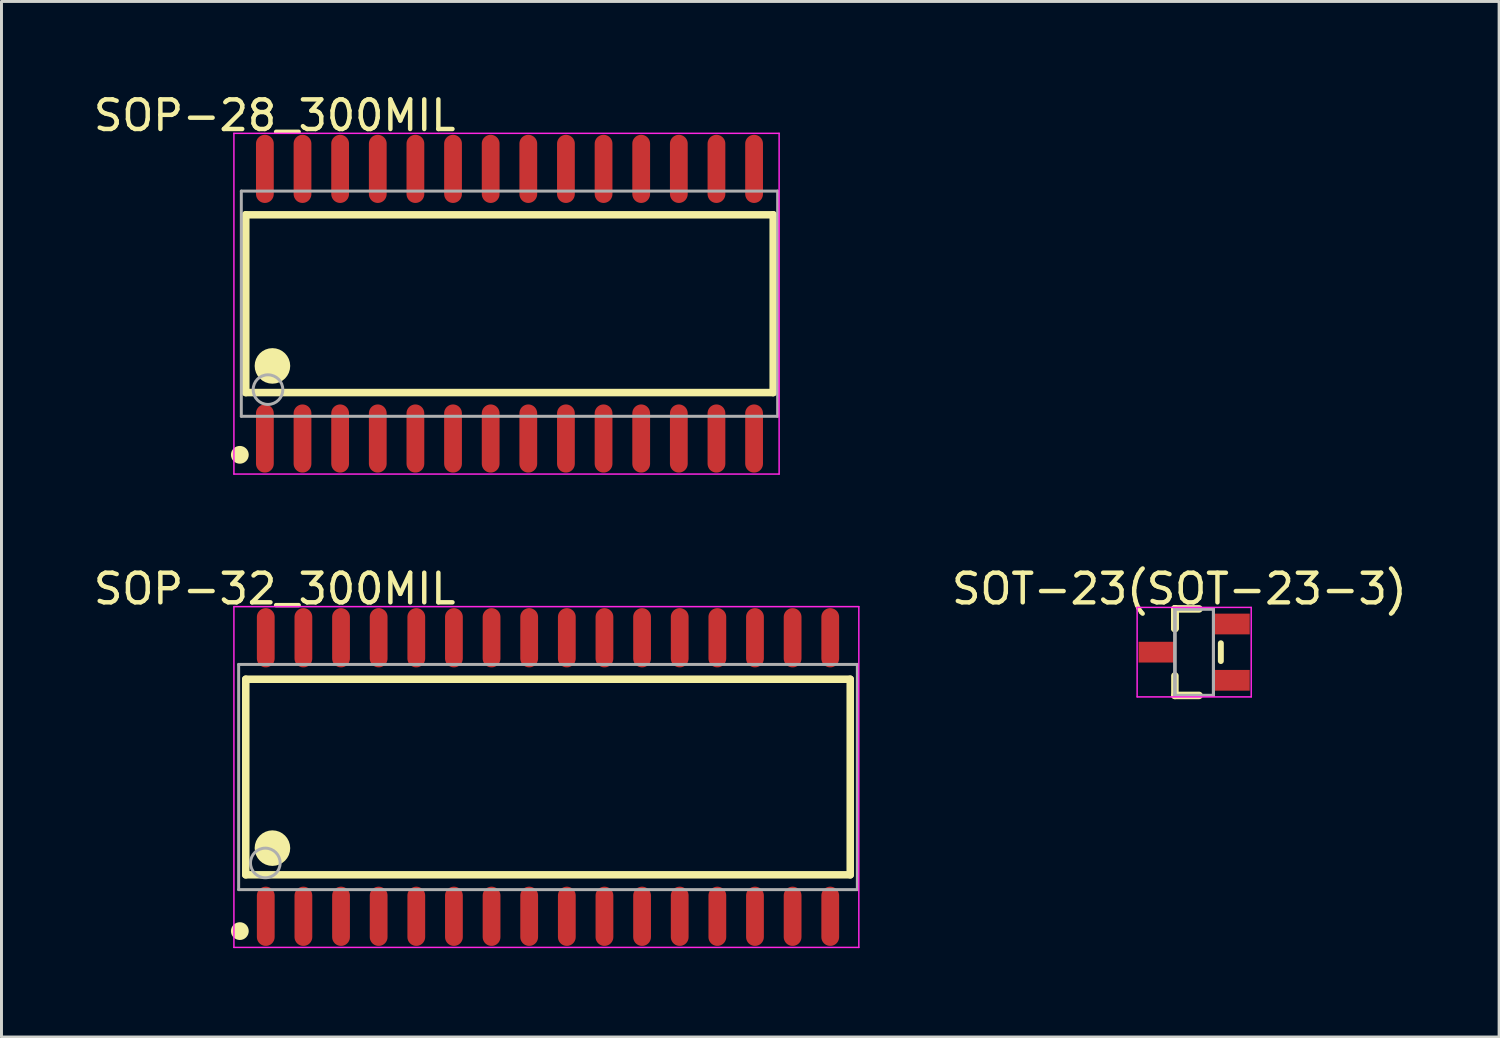
<source format=kicad_pcb>
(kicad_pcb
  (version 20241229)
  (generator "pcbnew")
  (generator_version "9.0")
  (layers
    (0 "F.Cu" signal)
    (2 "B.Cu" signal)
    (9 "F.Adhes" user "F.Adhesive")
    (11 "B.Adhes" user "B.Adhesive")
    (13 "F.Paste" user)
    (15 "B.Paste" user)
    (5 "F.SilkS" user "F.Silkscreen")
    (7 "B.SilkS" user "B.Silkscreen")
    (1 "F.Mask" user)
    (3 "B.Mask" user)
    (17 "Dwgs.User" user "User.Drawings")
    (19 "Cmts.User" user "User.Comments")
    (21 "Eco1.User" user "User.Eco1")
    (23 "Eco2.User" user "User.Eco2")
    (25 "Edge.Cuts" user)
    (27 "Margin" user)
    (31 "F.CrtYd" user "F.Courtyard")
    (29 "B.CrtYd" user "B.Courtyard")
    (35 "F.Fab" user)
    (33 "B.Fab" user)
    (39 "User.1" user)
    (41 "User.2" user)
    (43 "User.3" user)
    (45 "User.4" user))
  (footprint "SOP-32_300MIL"
    (layer "F.Cu")
    (at 15.444 23.173)
    (property "Reference" "SOP-32_300MIL" (at -9.224 -6.351 0) (layer "F.SilkS") (effects (font (size 1 1) (thickness 0.15))))
    (attr through_hole)
    (fp_line (start -10.2 -3.3) (end 10.2 -3.3) (stroke (width 0.254) (type solid)) (layer "F.SilkS"))
    (fp_line (start -10.2 3.3) (end -10.2 -3.3) (stroke (width 0.254) (type solid)) (layer "F.SilkS"))
    (fp_line (start -10.2 3.3) (end 10.2 3.3) (stroke (width 0.254) (type solid)) (layer "F.SilkS"))
    (fp_line (start 10.2 3.3) (end 10.2 -3.3) (stroke (width 0.254) (type solid)) (layer "F.SilkS"))
    (fp_circle (center -10.4 5.2) (end -10.25 5.2) (stroke (width 0.3) (type solid)) (fill no) (layer "F.SilkS"))
    (fp_circle (center -9.3 2.4) (end -9 2.4) (stroke (width 0.6) (type solid)) (fill no) (layer "F.SilkS"))
    (fp_line (start -10.6 -5.75) (end 10.49 -5.75) (stroke (width 0.05) (type solid)) (layer "F.CrtYd"))
    (fp_line (start -10.6 5.75) (end -10.6 -5.75) (stroke (width 0.05) (type solid)) (layer "F.CrtYd"))
    (fp_line (start 10.49 -5.75) (end 10.49 5.75) (stroke (width 0.05) (type solid)) (layer "F.CrtYd"))
    (fp_line (start 10.49 5.75) (end -10.6 5.75) (stroke (width 0.05) (type solid)) (layer "F.CrtYd"))
    (fp_line (start -10.44 -3.8) (end 10.44 -3.8) (stroke (width 0.1) (type solid)) (layer "F.Fab"))
    (fp_line (start -10.44 3.8) (end -10.44 -3.8) (stroke (width 0.1) (type solid)) (layer "F.Fab"))
    (fp_line (start -10.44 3.8) (end 10.44 3.8) (stroke (width 0.1) (type solid)) (layer "F.Fab"))
    (fp_line (start 10.44 3.8) (end 10.44 -3.8) (stroke (width 0.1) (type solid)) (layer "F.Fab"))
    (fp_circle (center -9.54 2.9) (end -9.04 2.9) (stroke (width 0.1) (type solid)) (fill no) (layer "F.Fab"))
    (pad "1" smd oval (at -9.525 4.7 180) (size 0.6 2) (layers "F.Cu" "F.Mask" "F.Paste"))
    (pad "2" smd oval (at -8.255 4.7 180) (size 0.6 2) (layers "F.Cu" "F.Mask" "F.Paste"))
    (pad "3" smd oval (at -6.985 4.7 180) (size 0.6 2) (layers "F.Cu" "F.Mask" "F.Paste"))
    (pad "4" smd oval (at -5.715 4.7 180) (size 0.6 2) (layers "F.Cu" "F.Mask" "F.Paste"))
    (pad "5" smd oval (at -4.445 4.7 180) (size 0.6 2) (layers "F.Cu" "F.Mask" "F.Paste"))
    (pad "6" smd oval (at -3.175 4.7 180) (size 0.6 2) (layers "F.Cu" "F.Mask" "F.Paste"))
    (pad "7" smd oval (at -1.905 4.7 180) (size 0.6 2) (layers "F.Cu" "F.Mask" "F.Paste"))
    (pad "8" smd oval (at -0.635 4.7 180) (size 0.6 2) (layers "F.Cu" "F.Mask" "F.Paste"))
    (pad "9" smd oval (at 0.635 4.7 180) (size 0.6 2) (layers "F.Cu" "F.Mask" "F.Paste"))
    (pad "10" smd oval (at 1.905 4.7 180) (size 0.6 2) (layers "F.Cu" "F.Mask" "F.Paste"))
    (pad "11" smd oval (at 3.175 4.7 180) (size 0.6 2) (layers "F.Cu" "F.Mask" "F.Paste"))
    (pad "12" smd oval (at 4.445 4.7 180) (size 0.6 2) (layers "F.Cu" "F.Mask" "F.Paste"))
    (pad "13" smd oval (at 5.715 4.7 180) (size 0.6 2) (layers "F.Cu" "F.Mask" "F.Paste"))
    (pad "14" smd oval (at 6.985 4.7 180) (size 0.6 2) (layers "F.Cu" "F.Mask" "F.Paste"))
    (pad "15" smd oval (at 8.255 4.7 180) (size 0.6 2) (layers "F.Cu" "F.Mask" "F.Paste"))
    (pad "16" smd oval (at 9.525 4.7 180) (size 0.6 2) (layers "F.Cu" "F.Mask" "F.Paste"))
    (pad "17" smd oval (at 9.525 -4.7 180) (size 0.6 2) (layers "F.Cu" "F.Mask" "F.Paste"))
    (pad "18" smd oval (at 8.255 -4.7 180) (size 0.6 2) (layers "F.Cu" "F.Mask" "F.Paste"))
    (pad "19" smd oval (at 6.985 -4.7 180) (size 0.6 2) (layers "F.Cu" "F.Mask" "F.Paste"))
    (pad "20" smd oval (at 5.715 -4.7 180) (size 0.6 2) (layers "F.Cu" "F.Mask" "F.Paste"))
    (pad "21" smd oval (at 4.445 -4.7 180) (size 0.6 2) (layers "F.Cu" "F.Mask" "F.Paste"))
    (pad "22" smd oval (at 3.175 -4.7 180) (size 0.6 2) (layers "F.Cu" "F.Mask" "F.Paste"))
    (pad "23" smd oval (at 1.905 -4.7 180) (size 0.6 2) (layers "F.Cu" "F.Mask" "F.Paste"))
    (pad "24" smd oval (at 0.635 -4.7 180) (size 0.6 2) (layers "F.Cu" "F.Mask" "F.Paste"))
    (pad "25" smd oval (at -0.635 -4.7 180) (size 0.6 2) (layers "F.Cu" "F.Mask" "F.Paste"))
    (pad "26" smd oval (at -1.905 -4.7 180) (size 0.6 2) (layers "F.Cu" "F.Mask" "F.Paste"))
    (pad "27" smd oval (at -3.175 -4.7 180) (size 0.6 2) (layers "F.Cu" "F.Mask" "F.Paste"))
    (pad "28" smd oval (at -4.445 -4.7 180) (size 0.6 2) (layers "F.Cu" "F.Mask" "F.Paste"))
    (pad "29" smd oval (at -5.715 -4.7 180) (size 0.6 2) (layers "F.Cu" "F.Mask" "F.Paste"))
    (pad "30" smd oval (at -6.985 -4.7 180) (size 0.6 2) (layers "F.Cu" "F.Mask" "F.Paste"))
    (pad "31" smd oval (at -8.255 -4.7 180) (size 0.6 2) (layers "F.Cu" "F.Mask" "F.Paste"))
    (pad "32" smd oval (at -9.525 -4.7 180) (size 0.6 2) (layers "F.Cu" "F.Mask" "F.Paste")))
  (footprint "SOT-23(SOT-23-3)"
    (layer "F.Cu")
    (at 37.251 18.959)
    (property "Reference" "SOT-23(SOT-23-3)" (at -0.5 -2.136 0) (layer "F.SilkS") (effects (font (size 1 1) (thickness 0.15))))
    (attr through_hole)
    (fp_line (start -0.65 -1.46) (end 0.165 -1.46) (stroke (width 0.254) (type solid)) (layer "F.SilkS"))
    (fp_line (start -0.65 -0.8) (end -0.65 -1.46) (stroke (width 0.254) (type solid)) (layer "F.SilkS"))
    (fp_line (start -0.65 -0.8) (end -0.65 -1.46) (stroke (width 0.254) (type solid)) (layer "F.SilkS"))
    (fp_line (start -0.65 -0.8) (end -0.65 -1.46) (stroke (width 0.254) (type solid)) (layer "F.SilkS"))
    (fp_line (start -0.65 1.46) (end -0.65 0.8) (stroke (width 0.254) (type solid)) (layer "F.SilkS"))
    (fp_line (start -0.65 1.46) (end 0.165 1.46) (stroke (width 0.254) (type solid)) (layer "F.SilkS"))
    (fp_line (start 0.9 0.3) (end 0.9 -0.3) (stroke (width 0.2) (type solid)) (layer "F.SilkS"))
    (fp_line (start -1.925 -1.51) (end 1.925 -1.51) (stroke (width 0.05) (type solid)) (layer "F.CrtYd"))
    (fp_line (start -1.925 1.51) (end -1.925 -1.51) (stroke (width 0.05) (type solid)) (layer "F.CrtYd"))
    (fp_line (start 1.925 -1.51) (end 1.925 1.51) (stroke (width 0.05) (type solid)) (layer "F.CrtYd"))
    (fp_line (start 1.925 1.51) (end -1.925 1.51) (stroke (width 0.05) (type solid)) (layer "F.CrtYd"))
    (fp_line (start -0.65 -1.46) (end 0.65 -1.46) (stroke (width 0.1) (type solid)) (layer "F.Fab"))
    (fp_line (start -0.65 -1.46) (end 0.65 -1.46) (stroke (width 0.1) (type solid)) (layer "F.Fab"))
    (fp_line (start -0.65 -1.46) (end 0.65 -1.46) (stroke (width 0.1) (type solid)) (layer "F.Fab"))
    (fp_line (start -0.65 1.46) (end -0.65 -1.46) (stroke (width 0.1) (type solid)) (layer "F.Fab"))
    (fp_line (start -0.65 1.46) (end -0.65 -1.46) (stroke (width 0.1) (type solid)) (layer "F.Fab"))
    (fp_line (start -0.65 1.46) (end -0.65 -1.46) (stroke (width 0.1) (type solid)) (layer "F.Fab"))
    (fp_line (start -0.65 1.46) (end 0.65 1.46) (stroke (width 0.1) (type solid)) (layer "F.Fab"))
    (fp_line (start -0.65 1.46) (end 0.65 1.46) (stroke (width 0.1) (type solid)) (layer "F.Fab"))
    (fp_line (start -0.65 1.46) (end 0.65 1.46) (stroke (width 0.1) (type solid)) (layer "F.Fab"))
    (fp_line (start 0.65 1.46) (end 0.65 -1.46) (stroke (width 0.1) (type solid)) (layer "F.Fab"))
    (fp_line (start 0.65 1.46) (end 0.65 -1.46) (stroke (width 0.1) (type solid)) (layer "F.Fab"))
    (fp_line (start 0.65 1.46) (end 0.65 -1.46) (stroke (width 0.1) (type solid)) (layer "F.Fab"))
    (pad "1" smd rect (at 1.25 0.95 270) (size 0.7 1.25) (layers "F.Cu" "F.Mask" "F.Paste"))
    (pad "2" smd rect (at 1.25 -0.95 270) (size 0.7 1.25) (layers "F.Cu" "F.Mask" "F.Paste"))
    (pad "3" smd rect (at -1.25 0 270) (size 0.7 1.25) (layers "F.Cu" "F.Mask" "F.Paste")))
  (footprint "SOP-28_300MIL"
    (layer "F.Cu")
    (at 14.144 7.199)
    (property "Reference" "SOP-28_300MIL" (at -7.924 -6.351 0) (layer "F.SilkS") (effects (font (size 1 1) (thickness 0.15))))
    (attr through_hole)
    (fp_line (start -8.9 -3) (end 8.9 -3) (stroke (width 0.254) (type solid)) (layer "F.SilkS"))
    (fp_line (start -8.9 3) (end -8.9 -3) (stroke (width 0.254) (type solid)) (layer "F.SilkS"))
    (fp_line (start -8.9 3) (end 8.9 3) (stroke (width 0.254) (type solid)) (layer "F.SilkS"))
    (fp_line (start 8.9 3) (end 8.9 -3) (stroke (width 0.254) (type solid)) (layer "F.SilkS"))
    (fp_circle (center -9.1 5.1) (end -8.95 5.1) (stroke (width 0.3) (type solid)) (fill no) (layer "F.SilkS"))
    (fp_circle (center -8 2.1) (end -7.7 2.1) (stroke (width 0.6) (type solid)) (fill no) (layer "F.SilkS"))
    (fp_line (start -9.3 -5.75) (end 9.1 -5.75) (stroke (width 0.05) (type solid)) (layer "F.CrtYd"))
    (fp_line (start -9.3 5.75) (end -9.3 -5.75) (stroke (width 0.05) (type solid)) (layer "F.CrtYd"))
    (fp_line (start 9.1 -5.75) (end 9.1 5.75) (stroke (width 0.05) (type solid)) (layer "F.CrtYd"))
    (fp_line (start 9.1 5.75) (end -9.3 5.75) (stroke (width 0.05) (type solid)) (layer "F.CrtYd"))
    (fp_line (start -9.05 -3.8) (end 9.05 -3.8) (stroke (width 0.1) (type solid)) (layer "F.Fab"))
    (fp_line (start -9.05 3.8) (end -9.05 -3.8) (stroke (width 0.1) (type solid)) (layer "F.Fab"))
    (fp_line (start -9.05 3.8) (end 9.05 3.8) (stroke (width 0.1) (type solid)) (layer "F.Fab"))
    (fp_line (start 9.05 3.8) (end 9.05 -3.8) (stroke (width 0.1) (type solid)) (layer "F.Fab"))
    (fp_circle (center -8.15 2.9) (end -7.65 2.9) (stroke (width 0.1) (type solid)) (fill no) (layer "F.Fab"))
    (pad "1" smd oval (at -8.255 4.55 180) (size 0.6 2.3) (layers "F.Cu" "F.Mask" "F.Paste"))
    (pad "2" smd oval (at -6.985 4.55 180) (size 0.6 2.3) (layers "F.Cu" "F.Mask" "F.Paste"))
    (pad "3" smd oval (at -5.715 4.55 180) (size 0.6 2.3) (layers "F.Cu" "F.Mask" "F.Paste"))
    (pad "4" smd oval (at -4.445 4.55 180) (size 0.6 2.3) (layers "F.Cu" "F.Mask" "F.Paste"))
    (pad "5" smd oval (at -3.175 4.55 180) (size 0.6 2.3) (layers "F.Cu" "F.Mask" "F.Paste"))
    (pad "6" smd oval (at -1.905 4.55 180) (size 0.6 2.3) (layers "F.Cu" "F.Mask" "F.Paste"))
    (pad "7" smd oval (at -0.635 4.55 180) (size 0.6 2.3) (layers "F.Cu" "F.Mask" "F.Paste"))
    (pad "8" smd oval (at 0.635 4.55 180) (size 0.6 2.3) (layers "F.Cu" "F.Mask" "F.Paste"))
    (pad "9" smd oval (at 1.905 4.55 180) (size 0.6 2.3) (layers "F.Cu" "F.Mask" "F.Paste"))
    (pad "10" smd oval (at 3.175 4.55 180) (size 0.6 2.3) (layers "F.Cu" "F.Mask" "F.Paste"))
    (pad "11" smd oval (at 4.445 4.55 180) (size 0.6 2.3) (layers "F.Cu" "F.Mask" "F.Paste"))
    (pad "12" smd oval (at 5.715 4.55 180) (size 0.6 2.3) (layers "F.Cu" "F.Mask" "F.Paste"))
    (pad "13" smd oval (at 6.985 4.55 180) (size 0.6 2.3) (layers "F.Cu" "F.Mask" "F.Paste"))
    (pad "14" smd oval (at 8.255 4.55 180) (size 0.6 2.3) (layers "F.Cu" "F.Mask" "F.Paste"))
    (pad "15" smd oval (at 8.255 -4.55 180) (size 0.6 2.3) (layers "F.Cu" "F.Mask" "F.Paste"))
    (pad "16" smd oval (at 6.985 -4.55 180) (size 0.6 2.3) (layers "F.Cu" "F.Mask" "F.Paste"))
    (pad "17" smd oval (at 5.715 -4.55 180) (size 0.6 2.3) (layers "F.Cu" "F.Mask" "F.Paste"))
    (pad "18" smd oval (at 4.445 -4.55 180) (size 0.6 2.3) (layers "F.Cu" "F.Mask" "F.Paste"))
    (pad "19" smd oval (at 3.175 -4.55 180) (size 0.6 2.3) (layers "F.Cu" "F.Mask" "F.Paste"))
    (pad "20" smd oval (at 1.905 -4.55 180) (size 0.6 2.3) (layers "F.Cu" "F.Mask" "F.Paste"))
    (pad "21" smd oval (at 0.635 -4.55 180) (size 0.6 2.3) (layers "F.Cu" "F.Mask" "F.Paste"))
    (pad "22" smd oval (at -0.635 -4.55 180) (size 0.6 2.3) (layers "F.Cu" "F.Mask" "F.Paste"))
    (pad "23" smd oval (at -1.905 -4.55 180) (size 0.6 2.3) (layers "F.Cu" "F.Mask" "F.Paste"))
    (pad "24" smd oval (at -3.175 -4.55 180) (size 0.6 2.3) (layers "F.Cu" "F.Mask" "F.Paste"))
    (pad "25" smd oval (at -4.445 -4.55 180) (size 0.6 2.3) (layers "F.Cu" "F.Mask" "F.Paste"))
    (pad "26" smd oval (at -5.715 -4.55 180) (size 0.6 2.3) (layers "F.Cu" "F.Mask" "F.Paste"))
    (pad "27" smd oval (at -6.985 -4.55 180) (size 0.6 2.3) (layers "F.Cu" "F.Mask" "F.Paste"))
    (pad "28" smd oval (at -8.255 -4.55 180) (size 0.6 2.3) (layers "F.Cu" "F.Mask" "F.Paste")))
  (gr_rect
    (start -3 -3)
    (end 47.542 31.948)
    (stroke (width 0.1) (type default))
    (fill no)
    (layer "Edge.Cuts")))
</source>
